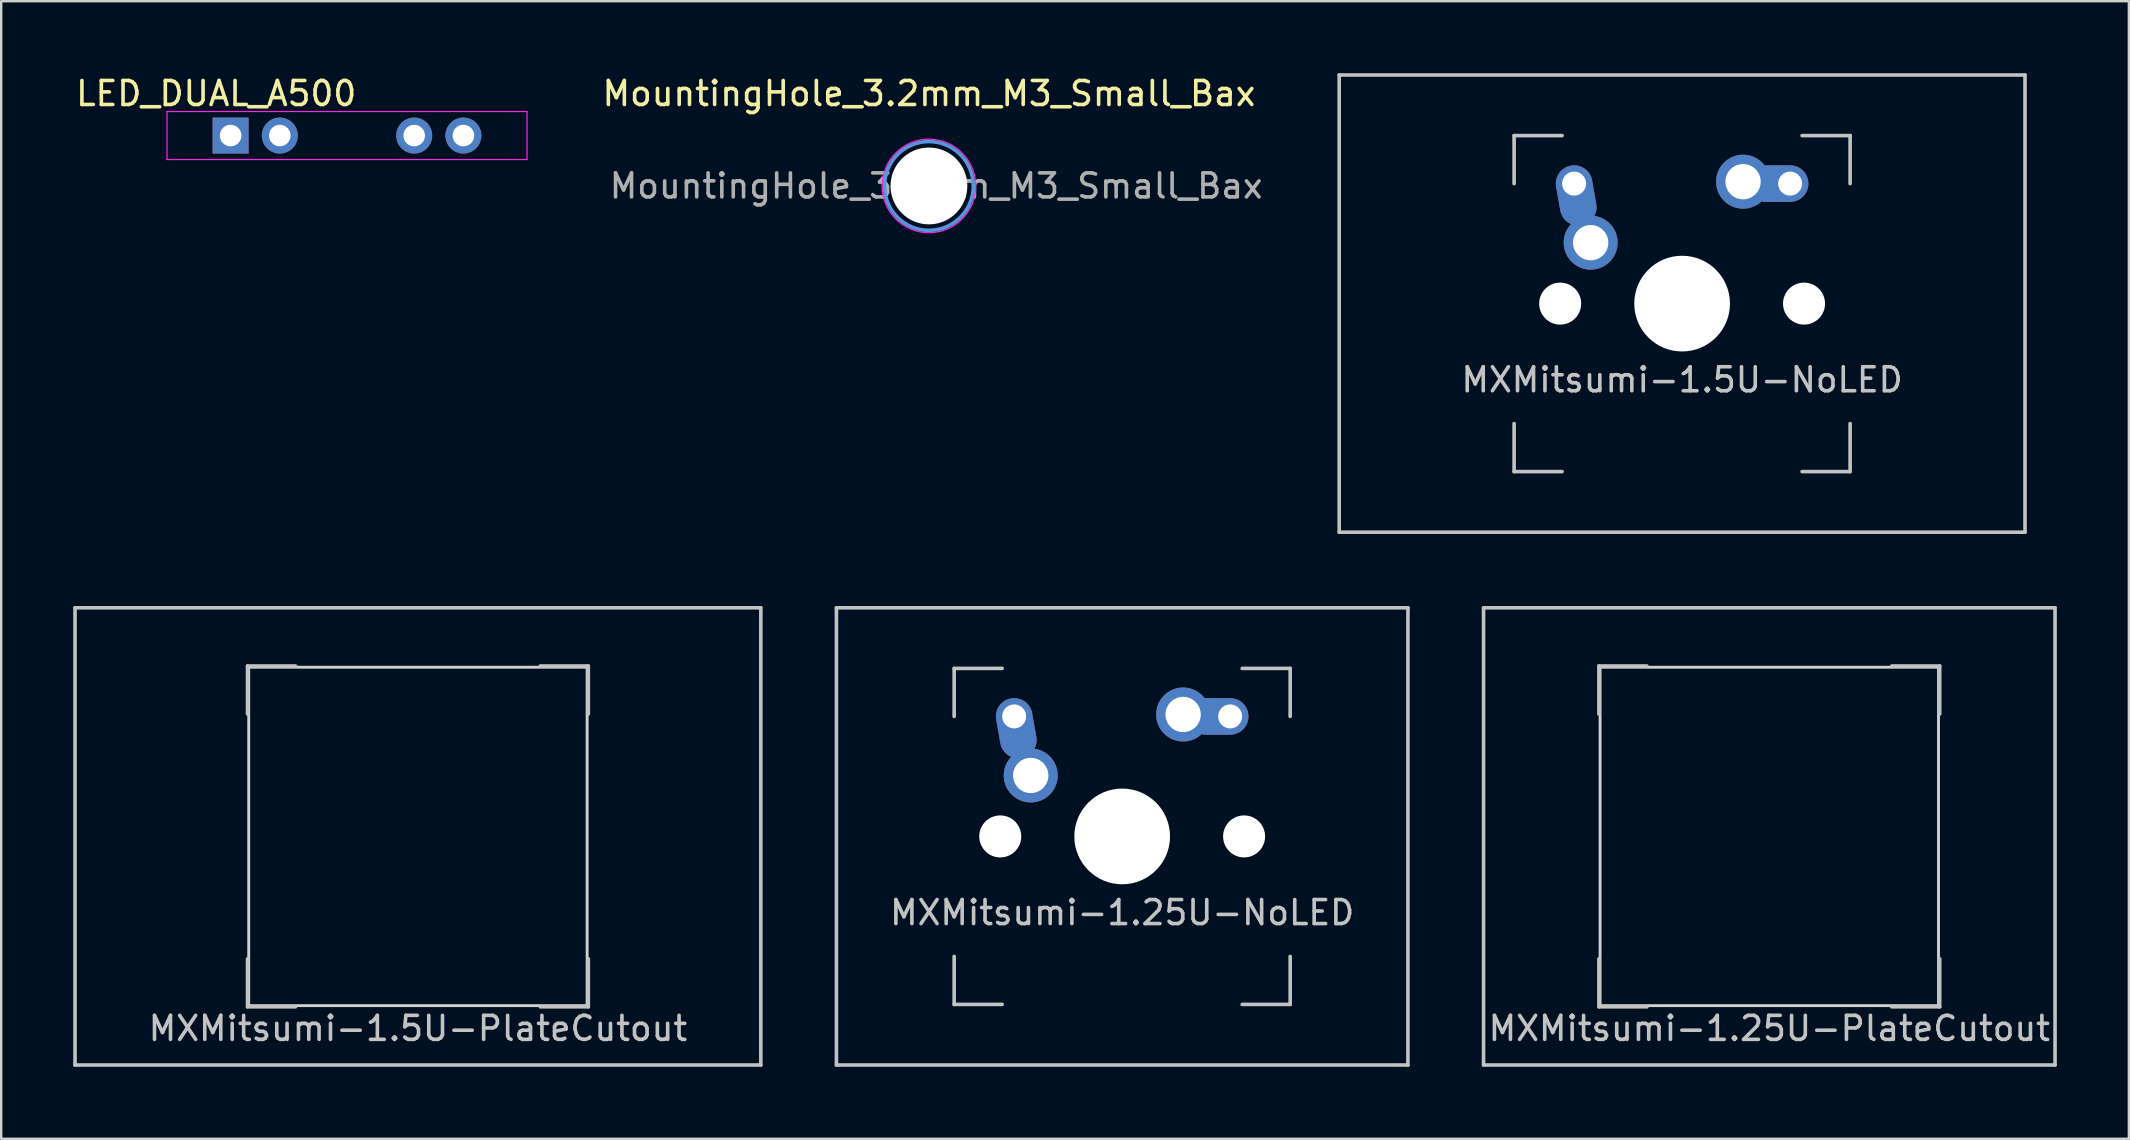
<source format=kicad_pcb>
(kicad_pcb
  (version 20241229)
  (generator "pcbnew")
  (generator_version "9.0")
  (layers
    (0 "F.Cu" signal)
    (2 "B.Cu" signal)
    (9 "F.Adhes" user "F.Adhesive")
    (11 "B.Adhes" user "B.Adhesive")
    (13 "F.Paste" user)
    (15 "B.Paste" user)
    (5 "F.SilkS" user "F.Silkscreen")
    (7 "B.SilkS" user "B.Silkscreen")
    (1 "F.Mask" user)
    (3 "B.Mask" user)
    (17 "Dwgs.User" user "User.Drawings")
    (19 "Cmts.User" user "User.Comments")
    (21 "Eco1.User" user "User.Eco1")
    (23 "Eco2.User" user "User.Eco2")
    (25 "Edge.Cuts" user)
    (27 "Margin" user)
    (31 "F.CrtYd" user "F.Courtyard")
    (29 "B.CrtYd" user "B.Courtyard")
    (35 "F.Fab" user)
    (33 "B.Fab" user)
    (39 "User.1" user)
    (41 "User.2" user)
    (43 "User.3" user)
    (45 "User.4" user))
  (footprint "MXMitsumi-1.25U-NoLED"
    (layer "F.Cu")
    (at 43.706 31.8)
    (property "Reference" "MXMitsumi-1.25U-NoLED" (at 0 3.175 0) (layer "Dwgs.User") (effects (font (size 1 1) (thickness 0.15))))
    (attr through_hole)
    (fp_line (start -11.906 -9.525) (end 11.906 -9.525) (stroke (width 0.15) (type solid)) (layer "Dwgs.User"))
    (fp_line (start -11.906 9.525) (end -11.906 -9.525) (stroke (width 0.15) (type solid)) (layer "Dwgs.User"))
    (fp_line (start -11.906 9.525) (end 11.906 9.525) (stroke (width 0.15) (type solid)) (layer "Dwgs.User"))
    (fp_line (start -7 -7) (end -7 -5) (stroke (width 0.15) (type solid)) (layer "Dwgs.User"))
    (fp_line (start -7 5) (end -7 7) (stroke (width 0.15) (type solid)) (layer "Dwgs.User"))
    (fp_line (start -7 7) (end -5 7) (stroke (width 0.15) (type solid)) (layer "Dwgs.User"))
    (fp_line (start -5 -7) (end -7 -7) (stroke (width 0.15) (type solid)) (layer "Dwgs.User"))
    (fp_line (start 5 -7) (end 7 -7) (stroke (width 0.15) (type solid)) (layer "Dwgs.User"))
    (fp_line (start 5 7) (end 7 7) (stroke (width 0.15) (type solid)) (layer "Dwgs.User"))
    (fp_line (start 7 -7) (end 7 -5) (stroke (width 0.15) (type solid)) (layer "Dwgs.User"))
    (fp_line (start 7 7) (end 7 5) (stroke (width 0.15) (type solid)) (layer "Dwgs.User"))
    (fp_line (start 11.906 -9.525) (end 11.906 9.525) (stroke (width 0.15) (type solid)) (layer "Dwgs.User"))
    (pad "" np_thru_hole circle (at -5.08 0 48.1) (size 1.75 1.75) (drill 1.75) (layers "*.Cu" "*.Mask"))
    (pad "" np_thru_hole circle (at 0 0) (size 3.988 3.988) (drill 3.988) (layers "*.Cu" "*.Mask"))
    (pad "" np_thru_hole circle (at 5.08 0 48.1) (size 1.75 1.75) (drill 1.75) (layers "*.Cu" "*.Mask"))
    (pad "1" thru_hole oval (at -4.5 -5 280) (size 2.524 1.524) (drill 1 (offset 0.5 0)) (layers "*.Cu" "B.Mask"))
    (pad "1" thru_hole circle (at -3.81 -2.54) (size 2.25 2.25) (drill 1.47) (layers "*.Cu" "B.Mask"))
    (pad "2" thru_hole circle (at 2.54 -5.08) (size 2.25 2.25) (drill 1.47) (layers "*.Cu" "B.Mask"))
    (pad "2" thru_hole oval (at 4.5 -5) (size 2.524 1.524) (drill 1 (offset -0.5 0)) (layers "*.Cu" "B.Mask")))
  (footprint "MXMitsumi-1.5U-NoLED"
    (layer "F.Cu")
    (at 67.036 9.6)
    (property "Reference" "MXMitsumi-1.5U-NoLED" (at 0 3.175 0) (layer "Dwgs.User") (effects (font (size 1 1) (thickness 0.15))))
    (attr through_hole)
    (fp_line (start -14.287 -9.525) (end 14.287 -9.525) (stroke (width 0.15) (type solid)) (layer "Dwgs.User"))
    (fp_line (start -14.287 9.525) (end -14.287 -9.525) (stroke (width 0.15) (type solid)) (layer "Dwgs.User"))
    (fp_line (start -14.287 9.525) (end 14.287 9.525) (stroke (width 0.15) (type solid)) (layer "Dwgs.User"))
    (fp_line (start -7 -7) (end -7 -5) (stroke (width 0.15) (type solid)) (layer "Dwgs.User"))
    (fp_line (start -7 5) (end -7 7) (stroke (width 0.15) (type solid)) (layer "Dwgs.User"))
    (fp_line (start -7 7) (end -5 7) (stroke (width 0.15) (type solid)) (layer "Dwgs.User"))
    (fp_line (start -5 -7) (end -7 -7) (stroke (width 0.15) (type solid)) (layer "Dwgs.User"))
    (fp_line (start 5 -7) (end 7 -7) (stroke (width 0.15) (type solid)) (layer "Dwgs.User"))
    (fp_line (start 5 7) (end 7 7) (stroke (width 0.15) (type solid)) (layer "Dwgs.User"))
    (fp_line (start 7 -7) (end 7 -5) (stroke (width 0.15) (type solid)) (layer "Dwgs.User"))
    (fp_line (start 7 7) (end 7 5) (stroke (width 0.15) (type solid)) (layer "Dwgs.User"))
    (fp_line (start 14.287 -9.525) (end 14.287 9.525) (stroke (width 0.15) (type solid)) (layer "Dwgs.User"))
    (pad "" np_thru_hole circle (at -5.08 0 48.1) (size 1.75 1.75) (drill 1.75) (layers "*.Cu" "*.Mask"))
    (pad "" np_thru_hole circle (at 0 0) (size 3.988 3.988) (drill 3.988) (layers "*.Cu" "*.Mask"))
    (pad "" np_thru_hole circle (at 5.08 0 48.1) (size 1.75 1.75) (drill 1.75) (layers "*.Cu" "*.Mask"))
    (pad "1" thru_hole oval (at -4.5 -5 280) (size 2.524 1.524) (drill 1 (offset 0.5 0)) (layers "*.Cu" "B.Mask"))
    (pad "1" thru_hole circle (at -3.81 -2.54) (size 2.25 2.25) (drill 1.47) (layers "*.Cu" "B.Mask"))
    (pad "2" thru_hole circle (at 2.54 -5.08) (size 2.25 2.25) (drill 1.47) (layers "*.Cu" "B.Mask"))
    (pad "2" thru_hole oval (at 4.5 -5) (size 2.524 1.524) (drill 1 (offset -0.5 0)) (layers "*.Cu" "B.Mask")))
  (footprint "MountingHole_3.2mm_M3_Small_Bax"
    (layer "F.Cu")
    (at 35.654 4.698)
    (property "Reference" "MountingHole_3.2mm_M3_Small_Bax" (at 0 -3.85 0) (layer "F.SilkS") (effects (font (size 1 1) (thickness 0.15))))
    (attr exclude_from_pos_files exclude_from_bom)
    (fp_circle (center 0 0) (end 1.85 0) (stroke (width 0.15) (type solid)) (fill no) (layer "Cmts.User"))
    (fp_circle (center 0 0) (end 1.95 0) (stroke (width 0.05) (type solid)) (fill no) (layer "F.CrtYd"))
    (fp_text user "${REFERENCE}" (at 0.3 0 0) (layer "F.Fab") (effects (font (size 1 1) (thickness 0.15))))
    (pad "" np_thru_hole circle (at 0 0) (size 3.2 3.2) (drill 3.2) (layers "*.Cu" "*.Mask")))
  (footprint "MXMitsumi-1.5U-PlateCutout"
    (layer "F.Cu")
    (at 14.363 31.8)
    (property "Reference" "MXMitsumi-1.5U-PlateCutout" (at 0 8 0) (layer "Dwgs.User") (effects (font (size 1 1) (thickness 0.15))))
    (attr through_hole)
    (fp_line (start -14.287 -9.525) (end 14.287 -9.525) (stroke (width 0.15) (type solid)) (layer "Dwgs.User"))
    (fp_line (start -14.287 9.525) (end -14.287 -9.525) (stroke (width 0.15) (type solid)) (layer "Dwgs.User"))
    (fp_line (start -14.287 9.525) (end 14.287 9.525) (stroke (width 0.15) (type solid)) (layer "Dwgs.User"))
    (fp_line (start -7.1 -7.1) (end -7.1 -5.1) (stroke (width 0.15) (type solid)) (layer "Dwgs.User"))
    (fp_line (start -7.1 5.1) (end -7.1 7.1) (stroke (width 0.15) (type solid)) (layer "Dwgs.User"))
    (fp_line (start -7.1 7.1) (end -5.1 7.1) (stroke (width 0.15) (type solid)) (layer "Dwgs.User"))
    (fp_line (start -5.1 -7.1) (end -7.1 -7.1) (stroke (width 0.15) (type solid)) (layer "Dwgs.User"))
    (fp_line (start 5.1 -7.1) (end 7.1 -7.1) (stroke (width 0.15) (type solid)) (layer "Dwgs.User"))
    (fp_line (start 5.1 7.1) (end 7.1 7.1) (stroke (width 0.15) (type solid)) (layer "Dwgs.User"))
    (fp_line (start 7.1 -7.1) (end 7.1 -5.1) (stroke (width 0.15) (type solid)) (layer "Dwgs.User"))
    (fp_line (start 7.1 7.1) (end 7.1 5.1) (stroke (width 0.15) (type solid)) (layer "Dwgs.User"))
    (fp_line (start 14.287 -9.525) (end 14.287 9.525) (stroke (width 0.15) (type solid)) (layer "Dwgs.User"))
    (fp_line (start -7.05 -7.05) (end 7.05 -7.05) (stroke (width 0.12) (type solid)) (layer "Edge.Cuts"))
    (fp_line (start -7.05 7.05) (end -7.05 -7.05) (stroke (width 0.12) (type solid)) (layer "Edge.Cuts"))
    (fp_line (start 7.05 -7.05) (end 7.05 7.05) (stroke (width 0.12) (type solid)) (layer "Edge.Cuts"))
    (fp_line (start 7.05 7.05) (end -7.05 7.05) (stroke (width 0.12) (type solid)) (layer "Edge.Cuts")))
  (footprint "LED_DUAL_A500"
    (layer "F.Cu")
    (at 11.408 2.598)
    (property "Reference" "LED_DUAL_A500" (at -5.45 -1.75 0) (layer "F.SilkS") (effects (font (size 1 1) (thickness 0.15))))
    (attr through_hole)
    (fp_line (start -7.5 -1) (end -7.5 1) (stroke (width 0.05) (type solid)) (layer "F.CrtYd"))
    (fp_line (start -7.5 1) (end 7.5 1) (stroke (width 0.05) (type solid)) (layer "F.CrtYd"))
    (fp_line (start 7.5 -1) (end -7.5 -1) (stroke (width 0.05) (type solid)) (layer "F.CrtYd"))
    (fp_line (start 7.5 1) (end 7.5 -1) (stroke (width 0.05) (type solid)) (layer "F.CrtYd"))
    (fp_line (start -4.76 0) (end -4.76 0) (stroke (width 0.1) (type solid)) (layer "F.Fab"))
    (pad "1" thru_hole rect (at -4.85 0) (size 1.5 1.5) (drill 0.9) (layers "*.Cu" "*.Mask"))
    (pad "2" thru_hole circle (at -2.8 0) (size 1.5 1.5) (drill 0.9) (layers "*.Cu" "*.Mask"))
    (pad "3" thru_hole circle (at 2.8 0) (size 1.5 1.5) (drill 0.9) (layers "*.Cu" "*.Mask"))
    (pad "4" thru_hole circle (at 4.85 0) (size 1.5 1.5) (drill 0.9) (layers "*.Cu" "*.Mask")))
  (footprint "MXMitsumi-1.25U-PlateCutout"
    (layer "F.Cu")
    (at 70.669 31.8)
    (property "Reference" "MXMitsumi-1.25U-PlateCutout" (at 0 8 0) (layer "Dwgs.User") (effects (font (size 1 1) (thickness 0.15))))
    (attr through_hole)
    (fp_line (start -11.906 -9.525) (end 11.906 -9.525) (stroke (width 0.15) (type solid)) (layer "Dwgs.User"))
    (fp_line (start -11.906 9.525) (end -11.906 -9.525) (stroke (width 0.15) (type solid)) (layer "Dwgs.User"))
    (fp_line (start -11.906 9.525) (end 11.906 9.525) (stroke (width 0.15) (type solid)) (layer "Dwgs.User"))
    (fp_line (start -7.1 -7.1) (end -7.1 -5.1) (stroke (width 0.15) (type solid)) (layer "Dwgs.User"))
    (fp_line (start -7.1 5.1) (end -7.1 7.1) (stroke (width 0.15) (type solid)) (layer "Dwgs.User"))
    (fp_line (start -7.1 7.1) (end -5.1 7.1) (stroke (width 0.15) (type solid)) (layer "Dwgs.User"))
    (fp_line (start -5.1 -7.1) (end -7.1 -7.1) (stroke (width 0.15) (type solid)) (layer "Dwgs.User"))
    (fp_line (start 5.1 -7.1) (end 7.1 -7.1) (stroke (width 0.15) (type solid)) (layer "Dwgs.User"))
    (fp_line (start 5.1 7.1) (end 7.1 7.1) (stroke (width 0.15) (type solid)) (layer "Dwgs.User"))
    (fp_line (start 7.1 -7.1) (end 7.1 -5.1) (stroke (width 0.15) (type solid)) (layer "Dwgs.User"))
    (fp_line (start 7.1 7.1) (end 7.1 5.1) (stroke (width 0.15) (type solid)) (layer "Dwgs.User"))
    (fp_line (start 11.906 -9.525) (end 11.906 9.525) (stroke (width 0.15) (type solid)) (layer "Dwgs.User"))
    (fp_line (start -7.05 -7.05) (end 7.05 -7.05) (stroke (width 0.12) (type solid)) (layer "Edge.Cuts"))
    (fp_line (start -7.05 7.05) (end -7.05 -7.05) (stroke (width 0.12) (type solid)) (layer "Edge.Cuts"))
    (fp_line (start 7.05 -7.05) (end 7.05 7.05) (stroke (width 0.12) (type solid)) (layer "Edge.Cuts"))
    (fp_line (start 7.05 7.05) (end -7.05 7.05) (stroke (width 0.12) (type solid)) (layer "Edge.Cuts")))
  (gr_rect
    (start -3 -3)
    (end 85.65 44.4)
    (stroke (width 0.1) (type default))
    (fill no)
    (layer "Edge.Cuts")))
</source>
